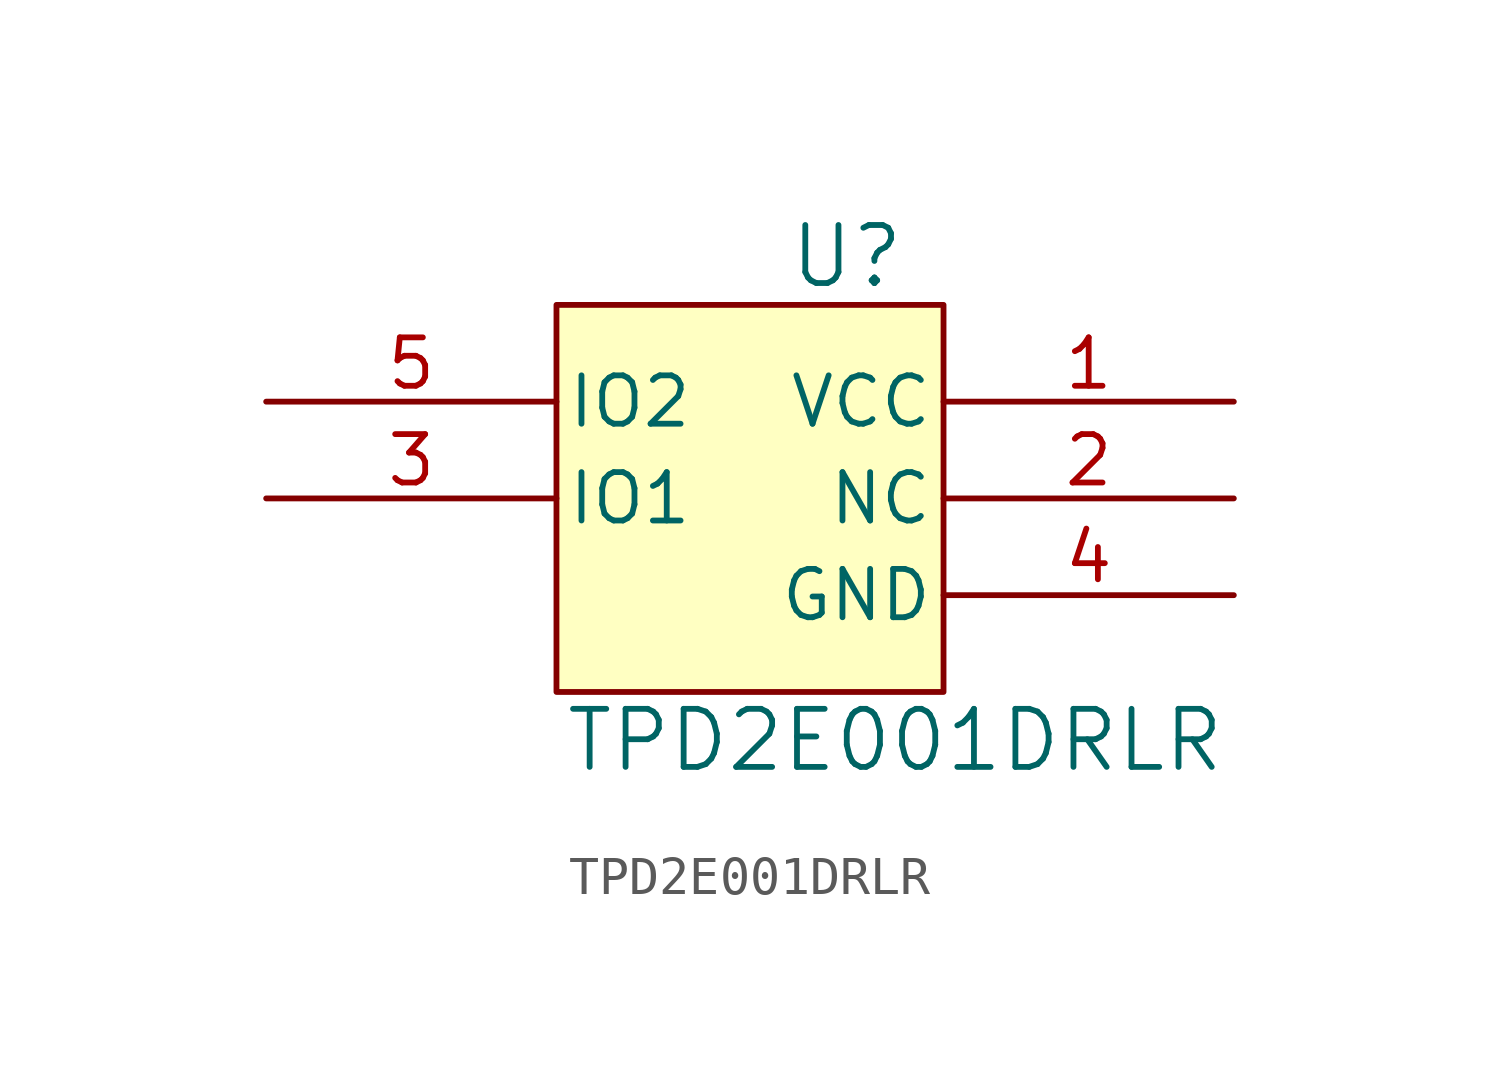
<source format=kicad_sym>
(kicad_symbol_lib
  (version 20220914)
  (generator kicad_symbol_editor)
  (symbol "TPD2E001DRLR"
    (pin_names
      (offset 0.254))
    (property "Reference" "U"
      (at 7.62 3.81 0)
      (effects (font (size 1.524 1.524))))
    (property "Value" "TPD2E001DRLR"
      (at 8.89 -8.89 0)
      (effects (font (size 1.524 1.524))))
    (property "ki_locked" ""
      (at 0 0 0)
      (effects (font (size 1.27 1.27))))
    (symbol "TPD2E001DRLR_0_1"
      (pin power_in line (at 17.78 0 180) (length 7.62) (name "VCC" (effects (font (size 1.27 1.27)))) (number "1" (effects (font (size 1.27 1.27)))))
      (pin unspecified line (at 17.78 -2.54 180) (length 7.62) (name "NC" (effects (font (size 1.27 1.27)))) (number "2" (effects (font (size 1.27 1.27)))))
      (pin bidirectional line (at -7.62 -2.54 0) (length 7.62) (name "IO1" (effects (font (size 1.27 1.27)))) (number "3" (effects (font (size 1.27 1.27)))))
      (pin power_in line (at 17.78 -5.08 180) (length 7.62) (name "GND" (effects (font (size 1.27 1.27)))) (number "4" (effects (font (size 1.27 1.27)))))
      (pin bidirectional line (at -7.62 0 0) (length 7.62) (name "IO2" (effects (font (size 1.27 1.27)))) (number "5" (effects (font (size 1.27 1.27))))))
    (symbol "TPD2E001DRLR_1_1"
      (rectangle (start 0 -7.62) (end 10.16 2.54) (stroke (width 0) (type default)) (fill (type background))))))
</source>
